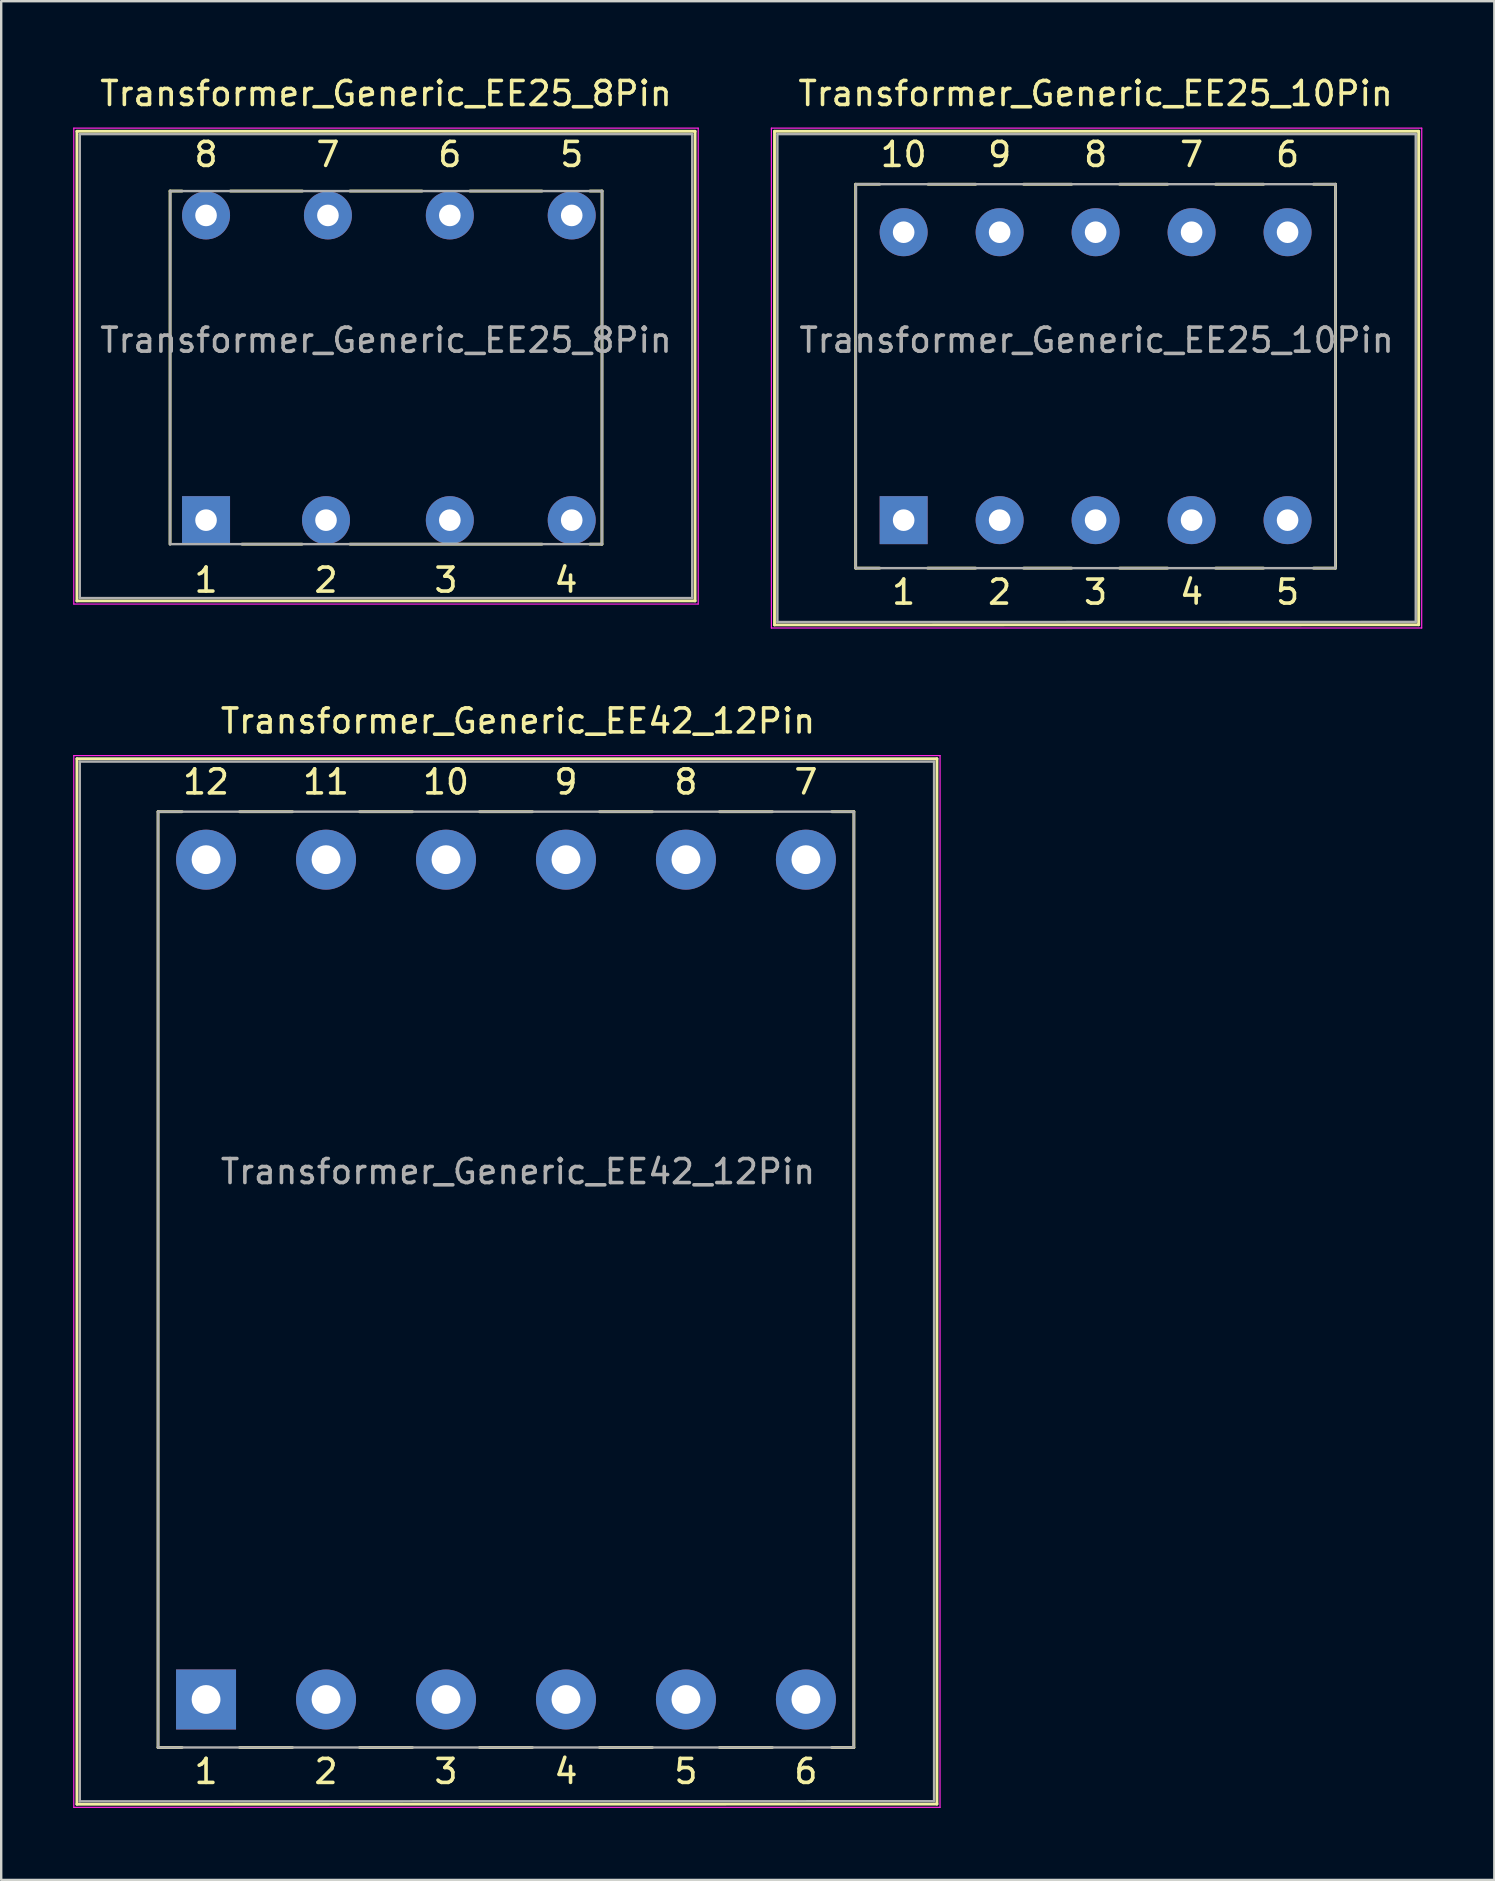
<source format=kicad_pcb>
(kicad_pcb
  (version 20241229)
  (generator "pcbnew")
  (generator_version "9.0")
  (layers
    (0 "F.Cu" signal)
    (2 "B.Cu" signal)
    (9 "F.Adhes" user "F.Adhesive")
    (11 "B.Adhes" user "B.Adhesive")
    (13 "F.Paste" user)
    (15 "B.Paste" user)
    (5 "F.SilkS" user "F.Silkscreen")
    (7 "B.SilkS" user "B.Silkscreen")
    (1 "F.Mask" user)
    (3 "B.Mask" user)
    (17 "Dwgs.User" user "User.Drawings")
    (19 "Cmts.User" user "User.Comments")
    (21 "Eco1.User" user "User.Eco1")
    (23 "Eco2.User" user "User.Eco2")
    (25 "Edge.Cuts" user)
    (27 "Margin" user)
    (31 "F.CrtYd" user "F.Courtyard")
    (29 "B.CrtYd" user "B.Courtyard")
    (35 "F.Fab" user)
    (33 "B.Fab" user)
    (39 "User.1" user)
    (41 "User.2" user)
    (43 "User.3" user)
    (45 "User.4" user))
  (footprint "Transformer_Generic_EE42_12Pin"
    (layer "F.Cu")
    (at 5.537 67.778)
    (property "Reference" "Transformer_Generic_EE42_12Pin" (at 13 -40.78 0) (layer "F.SilkS") (effects (font (size 1 1) (thickness 0.15))))
    (attr through_hole)
    (fp_line (start -5.382 -39.207) (end -5.382 4.366) (stroke (width 0.12) (type solid)) (layer "F.SilkS"))
    (fp_line (start -5.382 -39.207) (end 30.462 -39.207) (stroke (width 0.12) (type solid)) (layer "F.SilkS"))
    (fp_line (start -2 2) (end -2 -37) (stroke (width 0.12) (type solid)) (layer "F.SilkS"))
    (fp_line (start -1 -37) (end -2 -37) (stroke (width 0.12) (type solid)) (layer "F.SilkS"))
    (fp_line (start -1 2) (end -2 2) (stroke (width 0.12) (type solid)) (layer "F.SilkS"))
    (fp_line (start 1.4 -37) (end 3.6 -37) (stroke (width 0.12) (type solid)) (layer "F.SilkS"))
    (fp_line (start 3.6 2) (end 1.4 2) (stroke (width 0.12) (type solid)) (layer "F.SilkS"))
    (fp_line (start 6.4 -37) (end 8.6 -37) (stroke (width 0.12) (type solid)) (layer "F.SilkS"))
    (fp_line (start 8.6 2) (end 6.4 2) (stroke (width 0.12) (type solid)) (layer "F.SilkS"))
    (fp_line (start 11.4 -37) (end 13.6 -37) (stroke (width 0.12) (type solid)) (layer "F.SilkS"))
    (fp_line (start 13.6 2) (end 11.4 2) (stroke (width 0.12) (type solid)) (layer "F.SilkS"))
    (fp_line (start 16.4 -37) (end 18.6 -37) (stroke (width 0.12) (type solid)) (layer "F.SilkS"))
    (fp_line (start 18.6 2) (end 16.4 2) (stroke (width 0.12) (type solid)) (layer "F.SilkS"))
    (fp_line (start 21.4 -37) (end 23.6 -37) (stroke (width 0.12) (type solid)) (layer "F.SilkS"))
    (fp_line (start 23.6 2) (end 21.4 2) (stroke (width 0.12) (type solid)) (layer "F.SilkS"))
    (fp_line (start 26.08 2) (end 27 2) (stroke (width 0.12) (type solid)) (layer "F.SilkS"))
    (fp_line (start 26.082 -37) (end 27 -37) (stroke (width 0.12) (type solid)) (layer "F.SilkS"))
    (fp_line (start 27 2) (end 27 -37) (stroke (width 0.12) (type solid)) (layer "F.SilkS"))
    (fp_line (start 30.462 4.36) (end -5.382 4.366) (stroke (width 0.12) (type solid)) (layer "F.SilkS"))
    (fp_line (start 30.462 4.36) (end 30.462 -39.207) (stroke (width 0.12) (type solid)) (layer "F.SilkS"))
    (fp_line (start -5.512 -39.337) (end -5.512 4.496) (stroke (width 0.05) (type solid)) (layer "F.CrtYd"))
    (fp_line (start -5.512 -39.337) (end 30.592 -39.337) (stroke (width 0.05) (type solid)) (layer "F.CrtYd"))
    (fp_line (start 30.59 4.496) (end -5.512 4.496) (stroke (width 0.05) (type solid)) (layer "F.CrtYd"))
    (fp_line (start 30.59 4.496) (end 30.592 -39.337) (stroke (width 0.05) (type solid)) (layer "F.CrtYd"))
    (fp_line (start -5.262 -39.087) (end 30.342 -39.087) (stroke (width 0.1) (type solid)) (layer "F.Fab"))
    (fp_line (start -5.262 4.246) (end -5.262 -39.087) (stroke (width 0.1) (type solid)) (layer "F.Fab"))
    (fp_line (start -2 -37) (end 27 -37) (stroke (width 0.1) (type solid)) (layer "F.Fab"))
    (fp_line (start -2 2) (end -2 -37) (stroke (width 0.1) (type solid)) (layer "F.Fab"))
    (fp_line (start 26.99 2) (end -2 2) (stroke (width 0.1) (type solid)) (layer "F.Fab"))
    (fp_line (start 27 -37) (end 26.99 2) (stroke (width 0.1) (type solid)) (layer "F.Fab"))
    (fp_line (start 30.342 -39.087) (end 30.342 4.24) (stroke (width 0.1) (type solid)) (layer "F.Fab"))
    (fp_line (start 30.342 4.24) (end -5.262 4.246) (stroke (width 0.1) (type solid)) (layer "F.Fab"))
    (fp_text user "8" (at 20 -38.24 0) (layer "F.SilkS") (effects (font (size 1 1) (thickness 0.15))))
    (fp_text user "10" (at 10 -38.24 0) (layer "F.SilkS") (effects (font (size 1 1) (thickness 0.15))))
    (fp_text user "5" (at 20 3 0) (layer "F.SilkS") (effects (font (size 1 1) (thickness 0.15))))
    (fp_text user "3" (at 10 3 0) (layer "F.SilkS") (effects (font (size 1 1) (thickness 0.15))))
    (fp_text user "9" (at 15 -38.24 0) (layer "F.SilkS") (effects (font (size 1 1) (thickness 0.15))))
    (fp_text user "4" (at 15 3 0) (layer "F.SilkS") (effects (font (size 1 1) (thickness 0.15))))
    (fp_text user "11" (at 5 -38.24 0) (layer "F.SilkS") (effects (font (size 1 1) (thickness 0.15))))
    (fp_text user "6" (at 25 3 0) (layer "F.SilkS") (effects (font (size 1 1) (thickness 0.15))))
    (fp_text user "12" (at 0 -38.24 0) (layer "F.SilkS") (effects (font (size 1 1) (thickness 0.15))))
    (fp_text user "7" (at 25 -38.24 0) (layer "F.SilkS") (effects (font (size 1 1) (thickness 0.15))))
    (fp_text user "2" (at 5 3 0) (layer "F.SilkS") (effects (font (size 1 1) (thickness 0.15))))
    (fp_text user "1" (at 0 3 0) (layer "F.SilkS") (effects (font (size 1 1) (thickness 0.15))))
    (fp_text user "${REFERENCE}" (at 13 -22 0) (layer "F.Fab") (effects (font (size 1 1) (thickness 0.15))))
    (pad "1" thru_hole rect (at 0 0) (size 2.5 2.5) (drill 1.2) (layers "*.Cu" "*.Mask"))
    (pad "2" thru_hole circle (at 5 0) (size 2.5 2.5) (drill 1.2) (layers "*.Cu" "*.Mask"))
    (pad "3" thru_hole circle (at 10 0) (size 2.5 2.5) (drill 1.2) (layers "*.Cu" "*.Mask"))
    (pad "4" thru_hole circle (at 15 0) (size 2.5 2.5) (drill 1.2) (layers "*.Cu" "*.Mask"))
    (pad "5" thru_hole circle (at 20 0) (size 2.5 2.5) (drill 1.2) (layers "*.Cu" "*.Mask"))
    (pad "6" thru_hole circle (at 25 0) (size 2.5 2.5) (drill 1.2) (layers "*.Cu" "*.Mask"))
    (pad "7" thru_hole circle (at 25 -35) (size 2.5 2.5) (drill 1.2) (layers "*.Cu" "*.Mask"))
    (pad "8" thru_hole circle (at 20 -35) (size 2.5 2.5) (drill 1.2) (layers "*.Cu" "*.Mask"))
    (pad "9" thru_hole circle (at 15 -35) (size 2.5 2.5) (drill 1.2) (layers "*.Cu" "*.Mask"))
    (pad "10" thru_hole circle (at 10 -35) (size 2.5 2.5) (drill 1.2) (layers "*.Cu" "*.Mask"))
    (pad "11" thru_hole circle (at 5 -35) (size 2.5 2.5) (drill 1.2) (layers "*.Cu" "*.Mask"))
    (pad "12" thru_hole circle (at 0 -35) (size 2.5 2.5) (drill 1.2) (layers "*.Cu" "*.Mask")))
  (footprint "Transformer_Generic_EE25_10Pin"
    (layer "F.Cu")
    (at 34.611 18.628)
    (property "Reference" "Transformer_Generic_EE25_10Pin" (at 8 -17.78 0) (layer "F.SilkS") (effects (font (size 1 1) (thickness 0.15))))
    (attr through_hole)
    (fp_line (start -5.382 -16.207) (end -5.382 4.366) (stroke (width 0.12) (type solid)) (layer "F.SilkS"))
    (fp_line (start -5.382 -16.207) (end 21.462 -16.207) (stroke (width 0.12) (type solid)) (layer "F.SilkS"))
    (fp_line (start -2 2) (end -2 -14) (stroke (width 0.12) (type solid)) (layer "F.SilkS"))
    (fp_line (start -1 -14) (end -2 -14) (stroke (width 0.12) (type solid)) (layer "F.SilkS"))
    (fp_line (start -1 2) (end -2 2) (stroke (width 0.12) (type solid)) (layer "F.SilkS"))
    (fp_line (start 1.016 -14) (end 3 -14) (stroke (width 0.12) (type solid)) (layer "F.SilkS"))
    (fp_line (start 3 2) (end 1 2) (stroke (width 0.12) (type solid)) (layer "F.SilkS"))
    (fp_line (start 5 -14) (end 7 -14) (stroke (width 0.12) (type solid)) (layer "F.SilkS"))
    (fp_line (start 7 2) (end 5 2) (stroke (width 0.12) (type solid)) (layer "F.SilkS"))
    (fp_line (start 9 -14) (end 11 -14) (stroke (width 0.12) (type solid)) (layer "F.SilkS"))
    (fp_line (start 11 2) (end 9 2) (stroke (width 0.12) (type solid)) (layer "F.SilkS"))
    (fp_line (start 13 -14) (end 15 -14) (stroke (width 0.12) (type solid)) (layer "F.SilkS"))
    (fp_line (start 15 2) (end 13 2) (stroke (width 0.12) (type solid)) (layer "F.SilkS"))
    (fp_line (start 17.08 2) (end 18 2) (stroke (width 0.12) (type solid)) (layer "F.SilkS"))
    (fp_line (start 17.082 -14) (end 18 -14) (stroke (width 0.12) (type solid)) (layer "F.SilkS"))
    (fp_line (start 18 2) (end 18 -14) (stroke (width 0.12) (type solid)) (layer "F.SilkS"))
    (fp_line (start 21.462 4.36) (end -5.382 4.366) (stroke (width 0.12) (type solid)) (layer "F.SilkS"))
    (fp_line (start 21.462 4.36) (end 21.462 -16.207) (stroke (width 0.12) (type solid)) (layer "F.SilkS"))
    (fp_line (start -5.512 -16.337) (end -5.512 4.496) (stroke (width 0.05) (type solid)) (layer "F.CrtYd"))
    (fp_line (start -5.512 -16.337) (end 21.592 -16.337) (stroke (width 0.05) (type solid)) (layer "F.CrtYd"))
    (fp_line (start 21.59 4.496) (end -5.512 4.496) (stroke (width 0.05) (type solid)) (layer "F.CrtYd"))
    (fp_line (start 21.59 4.496) (end 21.592 -16.337) (stroke (width 0.05) (type solid)) (layer "F.CrtYd"))
    (fp_line (start -5.262 -16.087) (end 21.342 -16.087) (stroke (width 0.1) (type solid)) (layer "F.Fab"))
    (fp_line (start -5.262 4.246) (end -5.262 -16.087) (stroke (width 0.1) (type solid)) (layer "F.Fab"))
    (fp_line (start -2 -14) (end 18 -14) (stroke (width 0.1) (type solid)) (layer "F.Fab"))
    (fp_line (start -2 2) (end -1.99 -14) (stroke (width 0.1) (type solid)) (layer "F.Fab"))
    (fp_line (start 18 -14) (end 17.99 2) (stroke (width 0.1) (type solid)) (layer "F.Fab"))
    (fp_line (start 18 2) (end -2 2) (stroke (width 0.1) (type solid)) (layer "F.Fab"))
    (fp_line (start 21.342 -16.087) (end 21.342 4.24) (stroke (width 0.1) (type solid)) (layer "F.Fab"))
    (fp_line (start 21.342 4.24) (end -5.262 4.246) (stroke (width 0.1) (type solid)) (layer "F.Fab"))
    (fp_text user "3" (at 8 3 0) (layer "F.SilkS") (effects (font (size 1 1) (thickness 0.15))))
    (fp_text user "10" (at 0 -15.24 0) (layer "F.SilkS") (effects (font (size 1 1) (thickness 0.15))))
    (fp_text user "4" (at 12 3 0) (layer "F.SilkS") (effects (font (size 1 1) (thickness 0.15))))
    (fp_text user "6" (at 16 -15.24 0) (layer "F.SilkS") (effects (font (size 1 1) (thickness 0.15))))
    (fp_text user "7" (at 12 -15.24 0) (layer "F.SilkS") (effects (font (size 1 1) (thickness 0.15))))
    (fp_text user "2" (at 4 3 0) (layer "F.SilkS") (effects (font (size 1 1) (thickness 0.15))))
    (fp_text user "9" (at 4 -15.24 0) (layer "F.SilkS") (effects (font (size 1 1) (thickness 0.15))))
    (fp_text user "8" (at 8 -15.24 0) (layer "F.SilkS") (effects (font (size 1 1) (thickness 0.15))))
    (fp_text user "1" (at 0 3 0) (layer "F.SilkS") (effects (font (size 1 1) (thickness 0.15))))
    (fp_text user "5" (at 16 3 0) (layer "F.SilkS") (effects (font (size 1 1) (thickness 0.15))))
    (fp_text user "${REFERENCE}" (at 8.04 -7.5 0) (layer "F.Fab") (effects (font (size 1 1) (thickness 0.15))))
    (pad "1" thru_hole rect (at 0 0) (size 2 2) (drill 0.9) (layers "*.Cu" "*.Mask"))
    (pad "2" thru_hole circle (at 4 0) (size 2 2) (drill 0.9) (layers "*.Cu" "*.Mask"))
    (pad "3" thru_hole circle (at 8 0) (size 2 2) (drill 0.9) (layers "*.Cu" "*.Mask"))
    (pad "4" thru_hole circle (at 12 0) (size 2 2) (drill 0.9) (layers "*.Cu" "*.Mask"))
    (pad "5" thru_hole circle (at 16 0) (size 2 2) (drill 0.9) (layers "*.Cu" "*.Mask"))
    (pad "6" thru_hole circle (at 16 -12) (size 2 2) (drill 0.9) (layers "*.Cu" "*.Mask"))
    (pad "7" thru_hole circle (at 12 -12) (size 2 2) (drill 0.9) (layers "*.Cu" "*.Mask"))
    (pad "8" thru_hole circle (at 8 -12) (size 2 2) (drill 0.9) (layers "*.Cu" "*.Mask"))
    (pad "9" thru_hole circle (at 4 -12) (size 2 2) (drill 0.9) (layers "*.Cu" "*.Mask"))
    (pad "10" thru_hole circle (at 0 -12) (size 2 2) (drill 0.9) (layers "*.Cu" "*.Mask")))
  (footprint "Transformer_Generic_EE25_8Pin"
    (layer "F.Cu")
    (at 5.537 18.628)
    (property "Reference" "Transformer_Generic_EE25_8Pin" (at 7.5 -17.78 0) (layer "F.SilkS") (effects (font (size 1 1) (thickness 0.15))))
    (attr through_hole)
    (fp_line (start -5.382 -16.207) (end -5.382 3.366) (stroke (width 0.12) (type solid)) (layer "F.SilkS"))
    (fp_line (start -5.382 -16.207) (end 20.382 -16.207) (stroke (width 0.12) (type solid)) (layer "F.SilkS"))
    (fp_line (start -1.5 1) (end -1.5 -13.716) (stroke (width 0.12) (type solid)) (layer "F.SilkS"))
    (fp_line (start -1 -13.716) (end -1.5 -13.716) (stroke (width 0.12) (type solid)) (layer "F.SilkS"))
    (fp_line (start 1.016 -13.716) (end 4.016 -13.716) (stroke (width 0.12) (type solid)) (layer "F.SilkS"))
    (fp_line (start 4 1) (end 1.5 1) (stroke (width 0.12) (type solid)) (layer "F.SilkS"))
    (fp_line (start 6 -13.716) (end 9 -13.716) (stroke (width 0.12) (type solid)) (layer "F.SilkS"))
    (fp_line (start 6 1) (end 14 1) (stroke (width 0.12) (type solid)) (layer "F.SilkS"))
    (fp_line (start 11 -13.716) (end 14 -13.716) (stroke (width 0.12) (type solid)) (layer "F.SilkS"))
    (fp_line (start 16 1) (end 16.5 1) (stroke (width 0.12) (type solid)) (layer "F.SilkS"))
    (fp_line (start 16.002 -13.716) (end 16.502 -13.716) (stroke (width 0.12) (type solid)) (layer "F.SilkS"))
    (fp_line (start 16.5 1) (end 16.502 -13.716) (stroke (width 0.12) (type solid)) (layer "F.SilkS"))
    (fp_line (start 20.382 3.366) (end -5.382 3.366) (stroke (width 0.12) (type solid)) (layer "F.SilkS"))
    (fp_line (start 20.382 3.366) (end 20.382 -16.207) (stroke (width 0.12) (type solid)) (layer "F.SilkS"))
    (fp_line (start -5.512 -16.337) (end -5.512 3.496) (stroke (width 0.05) (type solid)) (layer "F.CrtYd"))
    (fp_line (start -5.512 -16.337) (end 20.512 -16.337) (stroke (width 0.05) (type solid)) (layer "F.CrtYd"))
    (fp_line (start 20.512 3.496) (end -5.512 3.496) (stroke (width 0.05) (type solid)) (layer "F.CrtYd"))
    (fp_line (start 20.512 3.496) (end 20.512 -16.337) (stroke (width 0.05) (type solid)) (layer "F.CrtYd"))
    (fp_line (start -5.262 -16.087) (end 20.262 -16.087) (stroke (width 0.1) (type solid)) (layer "F.Fab"))
    (fp_line (start -5.262 3.246) (end -5.262 -16.087) (stroke (width 0.1) (type solid)) (layer "F.Fab"))
    (fp_line (start -1.5 1) (end -1.49 -13.716) (stroke (width 0.1) (type solid)) (layer "F.Fab"))
    (fp_line (start -1.49 -13.716) (end 16.51 -13.716) (stroke (width 0.1) (type solid)) (layer "F.Fab"))
    (fp_line (start 16.5 1) (end -1.5 1) (stroke (width 0.1) (type solid)) (layer "F.Fab"))
    (fp_line (start 16.51 -13.716) (end 16.5 1) (stroke (width 0.1) (type solid)) (layer "F.Fab"))
    (fp_line (start 20.262 -16.087) (end 20.262 3.246) (stroke (width 0.1) (type solid)) (layer "F.Fab"))
    (fp_line (start 20.262 3.246) (end -5.262 3.246) (stroke (width 0.1) (type solid)) (layer "F.Fab"))
    (fp_text user "1" (at 0 2.5 0) (layer "F.SilkS") (effects (font (size 1 1) (thickness 0.15))))
    (fp_text user "2" (at 5 2.5 0) (layer "F.SilkS") (effects (font (size 1 1) (thickness 0.15))))
    (fp_text user "5" (at 15.24 -15.24 0) (layer "F.SilkS") (effects (font (size 1 1) (thickness 0.15))))
    (fp_text user "3" (at 10 2.5 0) (layer "F.SilkS") (effects (font (size 1 1) (thickness 0.15))))
    (fp_text user "8" (at 0 -15.24 0) (layer "F.SilkS") (effects (font (size 1 1) (thickness 0.15))))
    (fp_text user "4" (at 15 2.5 0) (layer "F.SilkS") (effects (font (size 1 1) (thickness 0.15))))
    (fp_text user "6" (at 10.16 -15.24 0) (layer "F.SilkS") (effects (font (size 1 1) (thickness 0.15))))
    (fp_text user "7" (at 5.08 -15.24 0) (layer "F.SilkS") (effects (font (size 1 1) (thickness 0.15))))
    (fp_text user "${REFERENCE}" (at 7.5 -7.5 0) (layer "F.Fab") (effects (font (size 1 1) (thickness 0.15))))
    (pad "1" thru_hole rect (at 0 0) (size 2 2) (drill 0.9) (layers "*.Cu" "*.Mask"))
    (pad "2" thru_hole circle (at 5 0) (size 2 2) (drill 0.9) (layers "*.Cu" "*.Mask"))
    (pad "3" thru_hole circle (at 10.16 0) (size 2 2) (drill 0.9) (layers "*.Cu" "*.Mask"))
    (pad "4" thru_hole circle (at 15.24 0) (size 2 2) (drill 0.9) (layers "*.Cu" "*.Mask"))
    (pad "5" thru_hole circle (at 15.24 -12.7) (size 2 2) (drill 0.9) (layers "*.Cu" "*.Mask"))
    (pad "6" thru_hole circle (at 10.16 -12.7) (size 2 2) (drill 0.9) (layers "*.Cu" "*.Mask"))
    (pad "7" thru_hole circle (at 5.08 -12.7) (size 2 2) (drill 0.9) (layers "*.Cu" "*.Mask"))
    (pad "8" thru_hole circle (at 0 -12.7) (size 2 2) (drill 0.9) (layers "*.Cu" "*.Mask")))
  (gr_rect
    (start -3 -3)
    (end 59.228 75.299)
    (stroke (width 0.1) (type default))
    (fill no)
    (layer "Edge.Cuts")))
</source>
